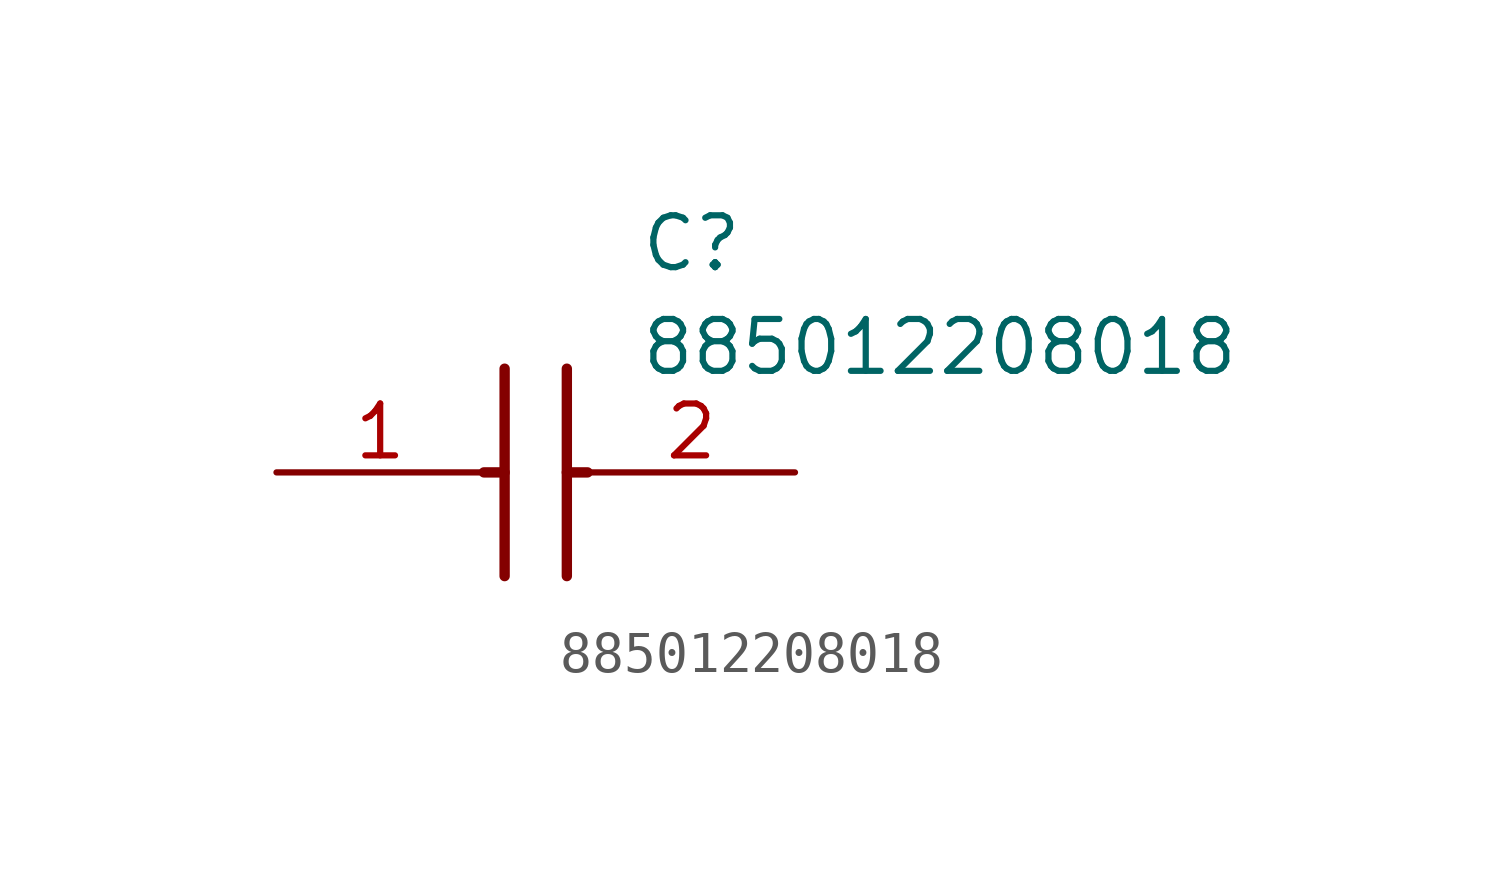
<source format=kicad_sym>
(kicad_symbol_lib
  (version 20211014)
  (generator SamacSys_ECAD_Model)
  (symbol "885012208018"
    (pin_names hide)
    (property "Reference" "C"
      (at 8.89 6.35 0)
      (effects (font (size 1.27 1.27)) (justify left top)))
    (property "Value" "885012208018"
      (at 8.89 3.81 0)
      (effects (font (size 1.27 1.27)) (justify left top)))
    (polyline
      (pts (xy 5.588 2.54) (xy 5.588 -2.54))
      (stroke (width 0.254) (type default))
      (fill (type none)))
    (polyline
      (pts (xy 7.112 2.54) (xy 7.112 -2.54))
      (stroke (width 0.254) (type default))
      (fill (type none)))
    (polyline
      (pts (xy 5.08 0) (xy 5.588 0))
      (stroke (width 0.254) (type default))
      (fill (type none)))
    (polyline
      (pts (xy 7.112 0) (xy 7.62 0))
      (stroke (width 0.254) (type default))
      (fill (type none)))
    (pin passive line
      (at 0 0 0)
      (length 5.08)
      (name "1" (effects (font (size 1.27 1.27))))
      (number "1" (effects (font (size 1.27 1.27)))))
    (pin passive line
      (at 12.7 0 180)
      (length 5.08)
      (name "2" (effects (font (size 1.27 1.27))))
      (number "2" (effects (font (size 1.27 1.27)))))))
</source>
